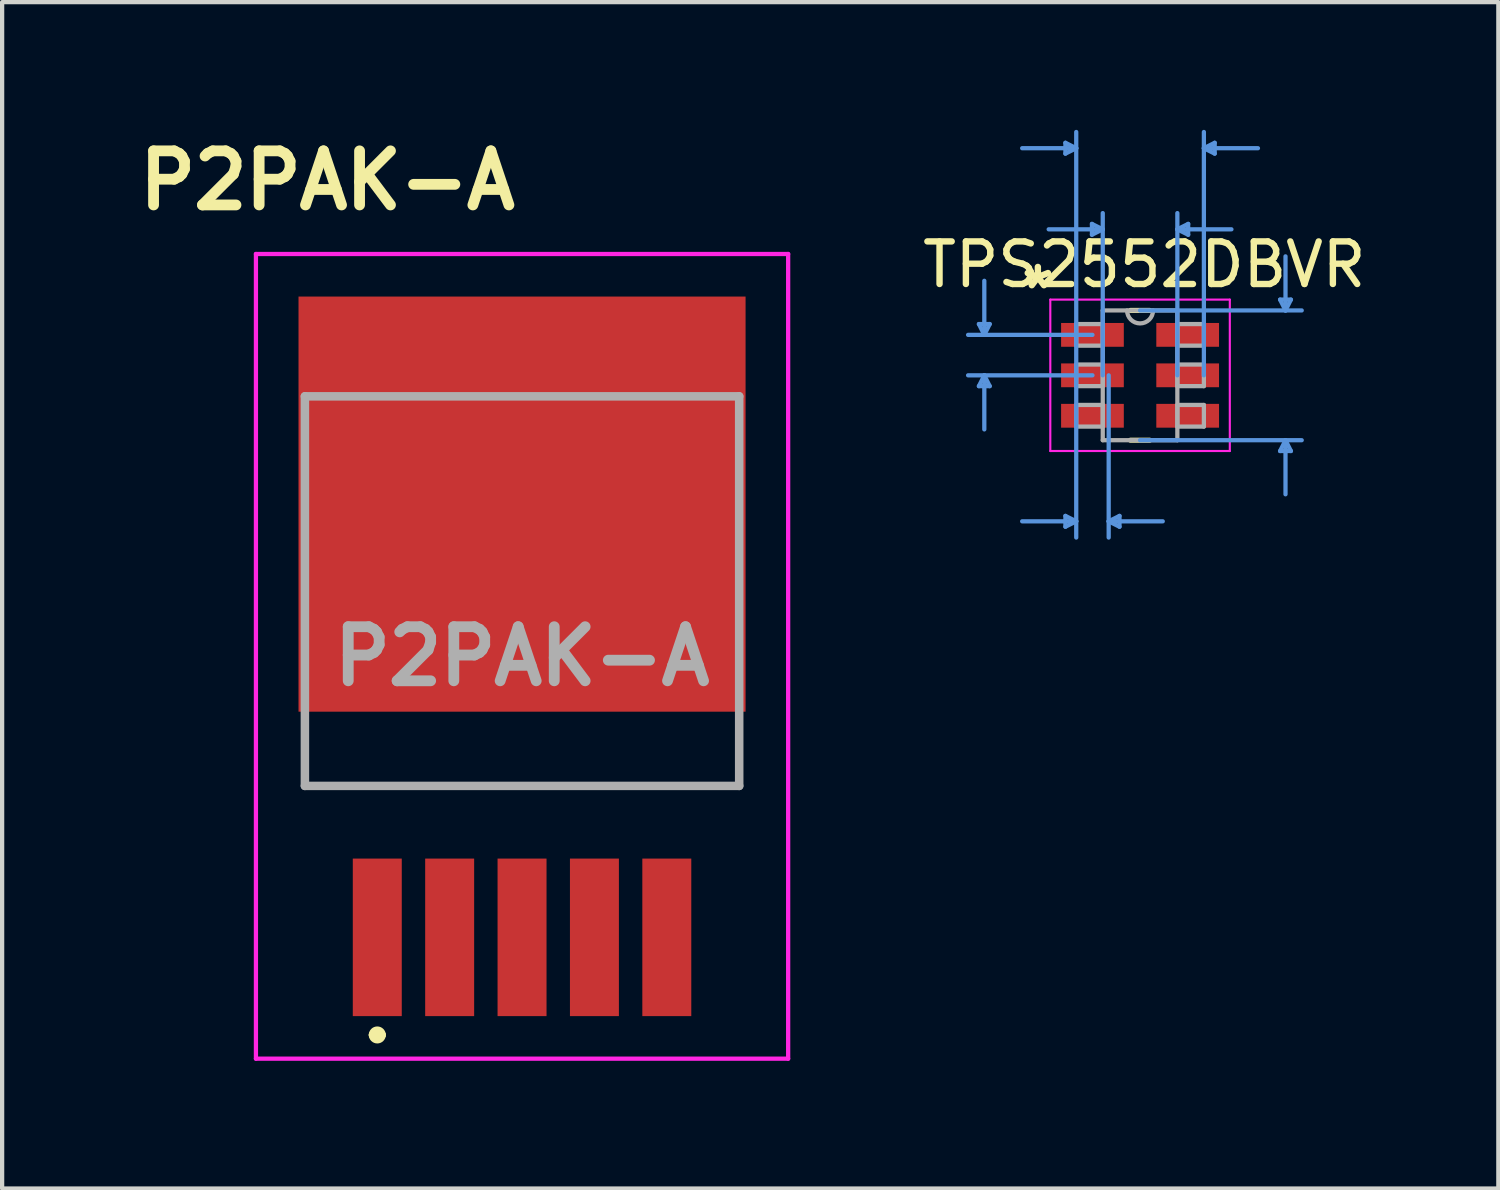
<source format=kicad_pcb>
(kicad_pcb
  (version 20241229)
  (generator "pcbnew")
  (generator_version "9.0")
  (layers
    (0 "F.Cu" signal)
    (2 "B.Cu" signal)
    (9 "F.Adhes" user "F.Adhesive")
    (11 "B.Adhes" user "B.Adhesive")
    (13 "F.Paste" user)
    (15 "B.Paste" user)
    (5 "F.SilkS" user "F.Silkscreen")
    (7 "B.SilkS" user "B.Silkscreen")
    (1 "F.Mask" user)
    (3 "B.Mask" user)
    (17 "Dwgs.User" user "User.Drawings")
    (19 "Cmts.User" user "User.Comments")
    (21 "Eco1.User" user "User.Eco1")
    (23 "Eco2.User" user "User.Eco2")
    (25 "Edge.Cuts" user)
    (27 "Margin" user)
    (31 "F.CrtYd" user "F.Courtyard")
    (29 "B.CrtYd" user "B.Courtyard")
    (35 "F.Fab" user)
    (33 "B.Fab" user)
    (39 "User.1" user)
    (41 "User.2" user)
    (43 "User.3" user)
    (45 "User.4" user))
  (footprint "TPS2552DBVR"
    (layer "F.Cu")
    (at 23.726 5.765)
    (property "Reference" "TPS2552DBVR" (at 0.1 -2.6 0) (layer "F.SilkS") (effects (font (size 1 1) (thickness 0.15))))
    (attr smd)
    (fp_line (start -0.226 1.524) (end 0.226 1.524) (stroke (width 0.12) (type solid)) (layer "F.SilkS"))
    (fp_line (start 0.226 -1.524) (end -0.226 -1.524) (stroke (width 0.12) (type solid)) (layer "F.SilkS"))
    (fp_line (start -3.785 -1.204) (end -3.531 -1.204) (stroke (width 0.1) (type solid)) (layer "Cmts.User"))
    (fp_line (start -3.785 0.254) (end -3.531 0.254) (stroke (width 0.1) (type solid)) (layer "Cmts.User"))
    (fp_line (start -3.658 -0.95) (end -3.785 -1.204) (stroke (width 0.1) (type solid)) (layer "Cmts.User"))
    (fp_line (start -3.658 -0.95) (end -3.658 -2.22) (stroke (width 0.1) (type solid)) (layer "Cmts.User"))
    (fp_line (start -3.658 -0.95) (end -3.531 -1.204) (stroke (width 0.1) (type solid)) (layer "Cmts.User"))
    (fp_line (start -3.658 0) (end -3.785 0.254) (stroke (width 0.1) (type solid)) (layer "Cmts.User"))
    (fp_line (start -3.658 0) (end -3.658 1.27) (stroke (width 0.1) (type solid)) (layer "Cmts.User"))
    (fp_line (start -3.658 0) (end -3.531 0.254) (stroke (width 0.1) (type solid)) (layer "Cmts.User"))
    (fp_line (start -1.753 -5.461) (end -1.753 -5.207) (stroke (width 0.1) (type solid)) (layer "Cmts.User"))
    (fp_line (start -1.753 3.302) (end -1.753 3.556) (stroke (width 0.1) (type solid)) (layer "Cmts.User"))
    (fp_line (start -1.499 -5.334) (end -2.769 -5.334) (stroke (width 0.1) (type solid)) (layer "Cmts.User"))
    (fp_line (start -1.499 -5.334) (end -1.753 -5.461) (stroke (width 0.1) (type solid)) (layer "Cmts.User"))
    (fp_line (start -1.499 -5.334) (end -1.753 -5.207) (stroke (width 0.1) (type solid)) (layer "Cmts.User"))
    (fp_line (start -1.499 0) (end -1.499 -5.715) (stroke (width 0.1) (type solid)) (layer "Cmts.User"))
    (fp_line (start -1.499 0) (end -1.499 3.81) (stroke (width 0.1) (type solid)) (layer "Cmts.User"))
    (fp_line (start -1.499 3.429) (end -2.769 3.429) (stroke (width 0.1) (type solid)) (layer "Cmts.User"))
    (fp_line (start -1.499 3.429) (end -1.753 3.302) (stroke (width 0.1) (type solid)) (layer "Cmts.User"))
    (fp_line (start -1.499 3.429) (end -1.753 3.556) (stroke (width 0.1) (type solid)) (layer "Cmts.User"))
    (fp_line (start -1.13 -3.556) (end -1.13 -3.302) (stroke (width 0.1) (type solid)) (layer "Cmts.User"))
    (fp_line (start -1.118 -0.95) (end -4.039 -0.95) (stroke (width 0.1) (type solid)) (layer "Cmts.User"))
    (fp_line (start -1.118 0) (end -4.039 0) (stroke (width 0.1) (type solid)) (layer "Cmts.User"))
    (fp_line (start -0.876 -3.429) (end -2.146 -3.429) (stroke (width 0.1) (type solid)) (layer "Cmts.User"))
    (fp_line (start -0.876 -3.429) (end -1.13 -3.556) (stroke (width 0.1) (type solid)) (layer "Cmts.User"))
    (fp_line (start -0.876 -3.429) (end -1.13 -3.302) (stroke (width 0.1) (type solid)) (layer "Cmts.User"))
    (fp_line (start -0.876 0) (end -0.876 -3.81) (stroke (width 0.1) (type solid)) (layer "Cmts.User"))
    (fp_line (start -0.737 0) (end -0.737 3.81) (stroke (width 0.1) (type solid)) (layer "Cmts.User"))
    (fp_line (start -0.737 3.429) (end -0.483 3.302) (stroke (width 0.1) (type solid)) (layer "Cmts.User"))
    (fp_line (start -0.737 3.429) (end -0.483 3.556) (stroke (width 0.1) (type solid)) (layer "Cmts.User"))
    (fp_line (start -0.737 3.429) (end 0.533 3.429) (stroke (width 0.1) (type solid)) (layer "Cmts.User"))
    (fp_line (start -0.483 3.302) (end -0.483 3.556) (stroke (width 0.1) (type solid)) (layer "Cmts.User"))
    (fp_line (start 0 -1.524) (end 3.797 -1.524) (stroke (width 0.1) (type solid)) (layer "Cmts.User"))
    (fp_line (start 0 1.524) (end 3.797 1.524) (stroke (width 0.1) (type solid)) (layer "Cmts.User"))
    (fp_line (start 0.876 -3.429) (end 1.13 -3.556) (stroke (width 0.1) (type solid)) (layer "Cmts.User"))
    (fp_line (start 0.876 -3.429) (end 1.13 -3.302) (stroke (width 0.1) (type solid)) (layer "Cmts.User"))
    (fp_line (start 0.876 -3.429) (end 2.146 -3.429) (stroke (width 0.1) (type solid)) (layer "Cmts.User"))
    (fp_line (start 0.876 0) (end 0.876 -3.81) (stroke (width 0.1) (type solid)) (layer "Cmts.User"))
    (fp_line (start 1.13 -3.556) (end 1.13 -3.302) (stroke (width 0.1) (type solid)) (layer "Cmts.User"))
    (fp_line (start 1.499 -5.334) (end 1.753 -5.461) (stroke (width 0.1) (type solid)) (layer "Cmts.User"))
    (fp_line (start 1.499 -5.334) (end 1.753 -5.207) (stroke (width 0.1) (type solid)) (layer "Cmts.User"))
    (fp_line (start 1.499 -5.334) (end 2.769 -5.334) (stroke (width 0.1) (type solid)) (layer "Cmts.User"))
    (fp_line (start 1.499 0) (end 1.499 -5.715) (stroke (width 0.1) (type solid)) (layer "Cmts.User"))
    (fp_line (start 1.753 -5.461) (end 1.753 -5.207) (stroke (width 0.1) (type solid)) (layer "Cmts.User"))
    (fp_line (start 3.289 -1.778) (end 3.543 -1.778) (stroke (width 0.1) (type solid)) (layer "Cmts.User"))
    (fp_line (start 3.289 1.778) (end 3.543 1.778) (stroke (width 0.1) (type solid)) (layer "Cmts.User"))
    (fp_line (start 3.416 -1.524) (end 3.289 -1.778) (stroke (width 0.1) (type solid)) (layer "Cmts.User"))
    (fp_line (start 3.416 -1.524) (end 3.416 -2.794) (stroke (width 0.1) (type solid)) (layer "Cmts.User"))
    (fp_line (start 3.416 -1.524) (end 3.543 -1.778) (stroke (width 0.1) (type solid)) (layer "Cmts.User"))
    (fp_line (start 3.416 1.524) (end 3.289 1.778) (stroke (width 0.1) (type solid)) (layer "Cmts.User"))
    (fp_line (start 3.416 1.524) (end 3.416 2.794) (stroke (width 0.1) (type solid)) (layer "Cmts.User"))
    (fp_line (start 3.416 1.524) (end 3.543 1.778) (stroke (width 0.1) (type solid)) (layer "Cmts.User"))
    (fp_line (start -2.108 -1.778) (end 2.108 -1.778) (stroke (width 0.05) (type solid)) (layer "F.CrtYd"))
    (fp_line (start -2.108 1.778) (end -2.108 -1.778) (stroke (width 0.05) (type solid)) (layer "F.CrtYd"))
    (fp_line (start 2.108 -1.778) (end 2.108 1.778) (stroke (width 0.05) (type solid)) (layer "F.CrtYd"))
    (fp_line (start 2.108 1.778) (end -2.108 1.778) (stroke (width 0.05) (type solid)) (layer "F.CrtYd"))
    (fp_line (start -1.499 -1.204) (end -1.499 -0.696) (stroke (width 0.1) (type solid)) (layer "F.Fab"))
    (fp_line (start -1.499 -0.696) (end -0.876 -0.696) (stroke (width 0.1) (type solid)) (layer "F.Fab"))
    (fp_line (start -1.499 -0.254) (end -1.499 0.254) (stroke (width 0.1) (type solid)) (layer "F.Fab"))
    (fp_line (start -1.499 0.254) (end -0.876 0.254) (stroke (width 0.1) (type solid)) (layer "F.Fab"))
    (fp_line (start -1.499 0.696) (end -1.499 1.204) (stroke (width 0.1) (type solid)) (layer "F.Fab"))
    (fp_line (start -1.499 1.204) (end -0.876 1.204) (stroke (width 0.1) (type solid)) (layer "F.Fab"))
    (fp_line (start -0.876 -1.524) (end -0.876 1.524) (stroke (width 0.1) (type solid)) (layer "F.Fab"))
    (fp_line (start -0.876 -1.204) (end -1.499 -1.204) (stroke (width 0.1) (type solid)) (layer "F.Fab"))
    (fp_line (start -0.876 -0.696) (end -0.876 -1.204) (stroke (width 0.1) (type solid)) (layer "F.Fab"))
    (fp_line (start -0.876 -0.254) (end -1.499 -0.254) (stroke (width 0.1) (type solid)) (layer "F.Fab"))
    (fp_line (start -0.876 0.254) (end -0.876 -0.254) (stroke (width 0.1) (type solid)) (layer "F.Fab"))
    (fp_line (start -0.876 0.696) (end -1.499 0.696) (stroke (width 0.1) (type solid)) (layer "F.Fab"))
    (fp_line (start -0.876 1.204) (end -0.876 0.696) (stroke (width 0.1) (type solid)) (layer "F.Fab"))
    (fp_line (start -0.876 1.524) (end 0.876 1.524) (stroke (width 0.1) (type solid)) (layer "F.Fab"))
    (fp_line (start 0.876 -1.524) (end -0.876 -1.524) (stroke (width 0.1) (type solid)) (layer "F.Fab"))
    (fp_line (start 0.876 -1.204) (end 0.876 -0.696) (stroke (width 0.1) (type solid)) (layer "F.Fab"))
    (fp_line (start 0.876 -0.696) (end 1.499 -0.696) (stroke (width 0.1) (type solid)) (layer "F.Fab"))
    (fp_line (start 0.876 -0.254) (end 0.876 0.254) (stroke (width 0.1) (type solid)) (layer "F.Fab"))
    (fp_line (start 0.876 0.254) (end 1.499 0.254) (stroke (width 0.1) (type solid)) (layer "F.Fab"))
    (fp_line (start 0.876 0.696) (end 0.876 1.204) (stroke (width 0.1) (type solid)) (layer "F.Fab"))
    (fp_line (start 0.876 1.204) (end 1.499 1.204) (stroke (width 0.1) (type solid)) (layer "F.Fab"))
    (fp_line (start 0.876 1.524) (end 0.876 -1.524) (stroke (width 0.1) (type solid)) (layer "F.Fab"))
    (fp_line (start 1.499 -1.204) (end 0.876 -1.204) (stroke (width 0.1) (type solid)) (layer "F.Fab"))
    (fp_line (start 1.499 -0.696) (end 1.499 -1.204) (stroke (width 0.1) (type solid)) (layer "F.Fab"))
    (fp_line (start 1.499 -0.254) (end 0.876 -0.254) (stroke (width 0.1) (type solid)) (layer "F.Fab"))
    (fp_line (start 1.499 0.254) (end 1.499 -0.254) (stroke (width 0.1) (type solid)) (layer "F.Fab"))
    (fp_line (start 1.499 0.696) (end 0.876 0.696) (stroke (width 0.1) (type solid)) (layer "F.Fab"))
    (fp_line (start 1.499 1.204) (end 1.499 0.696) (stroke (width 0.1) (type solid)) (layer "F.Fab"))
    (fp_arc (start 0.3048 -1.524) (mid 0 -1.2192) (end -0.3048 -1.524) (stroke (width 0.1) (type solid)) (layer "F.Fab"))
    (fp_text user "*" (at -2.4 -2 0) (layer "F.SilkS") (effects (font (size 1 1) (thickness 0.15))))
    (pad "1" smd rect (at -1.118 -0.95) (size 1.473 0.559) (layers "F.Cu" "F.Mask" "F.Paste"))
    (pad "2" smd rect (at -1.118 0) (size 1.473 0.559) (layers "F.Cu" "F.Mask" "F.Paste"))
    (pad "3" smd rect (at -1.118 0.95) (size 1.473 0.559) (layers "F.Cu" "F.Mask" "F.Paste"))
    (pad "4" smd rect (at 1.118 0.95) (size 1.473 0.559) (layers "F.Cu" "F.Mask" "F.Paste"))
    (pad "5" smd rect (at 1.118 0) (size 1.473 0.559) (layers "F.Cu" "F.Mask" "F.Paste"))
    (pad "6" smd rect (at 1.118 -0.95) (size 1.473 0.559) (layers "F.Cu" "F.Mask" "F.Paste")))
  (footprint "P2PAK-A"
    (layer "F.Cu")
    (at 9.211 12.365)
    (property "Reference" "P2PAK-A" (at -4.572 -11.176 0) (layer "F.SilkS") (effects (font (size 1.27 1.27) (thickness 0.254))))
    (attr smd)
    (fp_line (start -5.1 1.893) (end -5.1 3.043) (stroke (width 0.1) (type solid)) (layer "F.SilkS"))
    (fp_line (start -5.1 3.043) (end 5 3.043) (stroke (width 0.1) (type solid)) (layer "F.SilkS"))
    (fp_line (start -3.5 8.893) (end -3.5 8.893) (stroke (width 0.2) (type solid)) (layer "F.SilkS"))
    (fp_line (start -3.3 8.893) (end -3.3 8.893) (stroke (width 0.2) (type solid)) (layer "F.SilkS"))
    (fp_line (start 5 3.043) (end 5.1 3.043) (stroke (width 0.1) (type solid)) (layer "F.SilkS"))
    (fp_line (start 5.1 3.043) (end 5.1 1.893) (stroke (width 0.1) (type solid)) (layer "F.SilkS"))
    (fp_arc (start -3.5 8.892) (mid -3.3995 8.7925) (end -3.3 8.893) (stroke (width 0.2) (type solid)) (layer "F.SilkS"))
    (fp_arc (start -3.3 8.892) (mid -3.3995 8.9925) (end -3.5 8.893) (stroke (width 0.2) (type solid)) (layer "F.SilkS"))
    (fp_line (start -6.25 -9.45) (end 6.25 -9.45) (stroke (width 0.1) (type solid)) (layer "F.CrtYd"))
    (fp_line (start -6.25 9.45) (end -6.25 -9.45) (stroke (width 0.1) (type solid)) (layer "F.CrtYd"))
    (fp_line (start 6.25 -9.45) (end 6.25 9.45) (stroke (width 0.1) (type solid)) (layer "F.CrtYd"))
    (fp_line (start 6.25 9.45) (end -6.25 9.45) (stroke (width 0.1) (type solid)) (layer "F.CrtYd"))
    (fp_line (start -5.1 -6.107) (end 5.1 -6.107) (stroke (width 0.2) (type solid)) (layer "F.Fab"))
    (fp_line (start -5.1 3.043) (end -5.1 -6.107) (stroke (width 0.2) (type solid)) (layer "F.Fab"))
    (fp_line (start 5.1 -6.107) (end 5.1 3.043) (stroke (width 0.2) (type solid)) (layer "F.Fab"))
    (fp_line (start 5.1 3.043) (end -5.1 3.043) (stroke (width 0.2) (type solid)) (layer "F.Fab"))
    (fp_text user "${REFERENCE}" (at 0 0 0) (layer "F.Fab") (effects (font (size 1.27 1.27) (thickness 0.254))))
    (pad "1" smd rect (at -3.4 6.6) (size 1.15 3.7) (layers "F.Cu" "F.Mask" "F.Paste"))
    (pad "2" smd rect (at -1.7 6.6) (size 1.15 3.7) (layers "F.Cu" "F.Mask" "F.Paste"))
    (pad "3" smd rect (at 0 6.6) (size 1.15 3.7) (layers "F.Cu" "F.Mask" "F.Paste"))
    (pad "4" smd rect (at 1.7 6.6) (size 1.15 3.7) (layers "F.Cu" "F.Mask" "F.Paste"))
    (pad "5" smd rect (at 3.4 6.6) (size 1.15 3.7) (layers "F.Cu" "F.Mask" "F.Paste"))
    (pad "6" smd rect (at 0 -3.575 90) (size 9.75 10.5) (layers "F.Cu" "F.Mask" "F.Paste")))
  (gr_rect
    (start -3 -3)
    (end 32.141 24.865)
    (stroke (width 0.1) (type default))
    (fill no)
    (layer "Edge.Cuts")))
</source>
